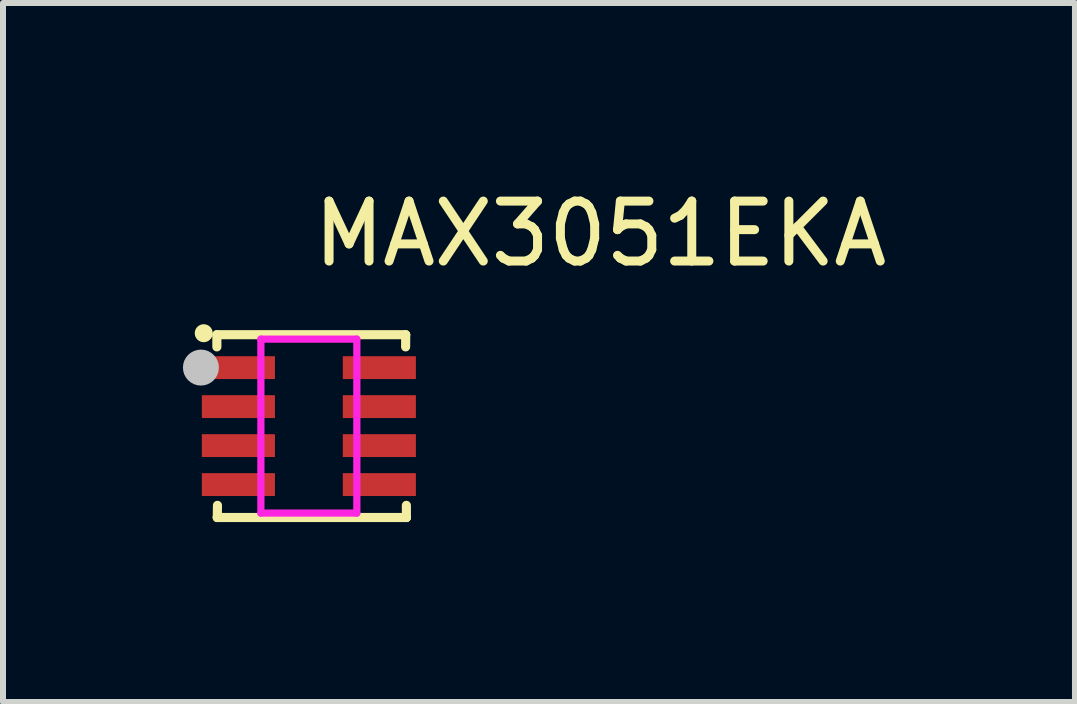
<source format=kicad_pcb>
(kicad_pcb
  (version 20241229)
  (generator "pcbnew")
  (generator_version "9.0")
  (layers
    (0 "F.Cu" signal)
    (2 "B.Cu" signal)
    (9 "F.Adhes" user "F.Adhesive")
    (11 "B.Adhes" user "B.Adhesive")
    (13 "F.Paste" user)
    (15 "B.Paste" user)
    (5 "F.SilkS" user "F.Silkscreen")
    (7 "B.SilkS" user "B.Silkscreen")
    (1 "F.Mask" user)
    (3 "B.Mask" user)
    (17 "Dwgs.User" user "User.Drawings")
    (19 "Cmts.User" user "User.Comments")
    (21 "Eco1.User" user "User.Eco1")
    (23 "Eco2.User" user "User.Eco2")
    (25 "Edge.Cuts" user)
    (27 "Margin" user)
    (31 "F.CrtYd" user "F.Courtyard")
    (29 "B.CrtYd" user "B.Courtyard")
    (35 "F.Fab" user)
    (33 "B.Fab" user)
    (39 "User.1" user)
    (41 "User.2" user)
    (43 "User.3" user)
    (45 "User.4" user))
  (footprint "MAX3051EKA"
    (layer "F.Cu")
    (at 2.1 4.055)
    (property "Reference" "MAX3051EKA" (at 0 -3.207 0) (layer "F.SilkS") (effects (font (size 1 1) (thickness 0.15)) (justify left)))
    (attr through_hole)
    (fp_line (start -1.534 -1.524) (end -1.534 -1.321) (stroke (width 0.152) (type solid)) (layer "F.SilkS"))
    (fp_line (start -1.527 1.524) (end -1.527 1.524) (stroke (width 0.152) (type solid)) (layer "F.SilkS"))
    (fp_line (start -1.527 1.524) (end 1.626 1.524) (stroke (width 0.152) (type solid)) (layer "F.SilkS"))
    (fp_line (start -1.524 1.321) (end -1.527 1.524) (stroke (width 0.152) (type solid)) (layer "F.SilkS"))
    (fp_line (start 1.613 -1.321) (end 1.615 -1.524) (stroke (width 0.152) (type solid)) (layer "F.SilkS"))
    (fp_line (start 1.615 -1.524) (end -1.534 -1.524) (stroke (width 0.152) (type solid)) (layer "F.SilkS"))
    (fp_line (start 1.626 1.524) (end 1.626 1.321) (stroke (width 0.152) (type solid)) (layer "F.SilkS"))
    (fp_line (start 1.626 1.524) (end 1.626 1.524) (stroke (width 0.152) (type solid)) (layer "F.SilkS"))
    (fp_circle (center -1.753 -1.549) (end -1.678 -1.549) (stroke (width 0.15) (type solid)) (fill no) (layer "F.SilkS"))
    (fp_circle (center -1.8 -0.976) (end -1.65 -0.976) (stroke (width 0.3) (type solid)) (fill no) (layer "Dwgs.User"))
    (fp_line (start -1.01 -1.12) (end -0.79 -1.12) (stroke (width 0.12) (type solid)) (layer "Eco2.User"))
    (fp_line (start -1.01 -0.83) (end -1.01 -1.12) (stroke (width 0.12) (type solid)) (layer "Eco2.User"))
    (fp_line (start -1.01 -0.47) (end -0.79 -0.47) (stroke (width 0.12) (type solid)) (layer "Eco2.User"))
    (fp_line (start -1.01 -0.18) (end -1.01 -0.47) (stroke (width 0.12) (type solid)) (layer "Eco2.User"))
    (fp_line (start -1.01 0.18) (end -0.79 0.18) (stroke (width 0.12) (type solid)) (layer "Eco2.User"))
    (fp_line (start -1.01 0.47) (end -1.01 0.18) (stroke (width 0.12) (type solid)) (layer "Eco2.User"))
    (fp_line (start -1.01 0.83) (end -0.79 0.83) (stroke (width 0.12) (type solid)) (layer "Eco2.User"))
    (fp_line (start -1.01 1.12) (end -1.01 0.83) (stroke (width 0.12) (type solid)) (layer "Eco2.User"))
    (fp_line (start -0.79 -1.12) (end -0.79 -0.83) (stroke (width 0.12) (type solid)) (layer "Eco2.User"))
    (fp_line (start -0.79 -0.83) (end -1.01 -0.83) (stroke (width 0.12) (type solid)) (layer "Eco2.User"))
    (fp_line (start -0.79 -0.47) (end -0.79 -0.18) (stroke (width 0.12) (type solid)) (layer "Eco2.User"))
    (fp_line (start -0.79 -0.18) (end -1.01 -0.18) (stroke (width 0.12) (type solid)) (layer "Eco2.User"))
    (fp_line (start -0.79 0.18) (end -0.79 0.47) (stroke (width 0.12) (type solid)) (layer "Eco2.User"))
    (fp_line (start -0.79 0.47) (end -1.01 0.47) (stroke (width 0.12) (type solid)) (layer "Eco2.User"))
    (fp_line (start -0.79 0.83) (end -0.79 1.12) (stroke (width 0.12) (type solid)) (layer "Eco2.User"))
    (fp_line (start -0.79 1.12) (end -1.01 1.12) (stroke (width 0.12) (type solid)) (layer "Eco2.User"))
    (fp_line (start 0.79 -1.12) (end 0.79 -0.83) (stroke (width 0.12) (type solid)) (layer "Eco2.User"))
    (fp_line (start 0.79 -0.83) (end 1.01 -0.83) (stroke (width 0.12) (type solid)) (layer "Eco2.User"))
    (fp_line (start 0.79 -0.47) (end 0.79 -0.18) (stroke (width 0.12) (type solid)) (layer "Eco2.User"))
    (fp_line (start 0.79 -0.18) (end 1.01 -0.18) (stroke (width 0.12) (type solid)) (layer "Eco2.User"))
    (fp_line (start 0.79 0.18) (end 0.79 0.47) (stroke (width 0.12) (type solid)) (layer "Eco2.User"))
    (fp_line (start 0.79 0.47) (end 1.01 0.47) (stroke (width 0.12) (type solid)) (layer "Eco2.User"))
    (fp_line (start 0.79 0.83) (end 0.79 1.12) (stroke (width 0.12) (type solid)) (layer "Eco2.User"))
    (fp_line (start 0.79 1.12) (end 1.01 1.12) (stroke (width 0.12) (type solid)) (layer "Eco2.User"))
    (fp_line (start 1.01 -1.12) (end 0.79 -1.12) (stroke (width 0.12) (type solid)) (layer "Eco2.User"))
    (fp_line (start 1.01 -0.83) (end 1.01 -1.12) (stroke (width 0.12) (type solid)) (layer "Eco2.User"))
    (fp_line (start 1.01 -0.47) (end 0.79 -0.47) (stroke (width 0.12) (type solid)) (layer "Eco2.User"))
    (fp_line (start 1.01 -0.18) (end 1.01 -0.47) (stroke (width 0.12) (type solid)) (layer "Eco2.User"))
    (fp_line (start 1.01 0.18) (end 0.79 0.18) (stroke (width 0.12) (type solid)) (layer "Eco2.User"))
    (fp_line (start 1.01 0.47) (end 1.01 0.18) (stroke (width 0.12) (type solid)) (layer "Eco2.User"))
    (fp_line (start 1.01 0.83) (end 0.79 0.83) (stroke (width 0.12) (type solid)) (layer "Eco2.User"))
    (fp_line (start 1.01 1.12) (end 1.01 0.83) (stroke (width 0.12) (type solid)) (layer "Eco2.User"))
    (fp_poly (pts (xy -1.4 -1.12) (xy -1 -1.12) (xy -1 -0.83) (xy -1.4 -0.83)) (stroke (width 0.12) (type solid)) (fill no) (layer "Eco2.User"))
    (fp_poly (pts (xy -1.4 -0.47) (xy -1 -0.47) (xy -1 -0.18) (xy -1.4 -0.18)) (stroke (width 0.12) (type solid)) (fill no) (layer "Eco2.User"))
    (fp_poly (pts (xy -1.4 0.18) (xy -1 0.18) (xy -1 0.47) (xy -1.4 0.47)) (stroke (width 0.12) (type solid)) (fill no) (layer "Eco2.User"))
    (fp_poly (pts (xy -1.4 0.83) (xy -1 0.83) (xy -1 1.12) (xy -1.4 1.12)) (stroke (width 0.12) (type solid)) (fill no) (layer "Eco2.User"))
    (fp_poly (pts (xy 1.4 -1.12) (xy 1 -1.12) (xy 1 -0.83) (xy 1.4 -0.83)) (stroke (width 0.12) (type solid)) (fill no) (layer "Eco2.User"))
    (fp_poly (pts (xy 1.4 -0.47) (xy 1 -0.47) (xy 1 -0.18) (xy 1.4 -0.18)) (stroke (width 0.12) (type solid)) (fill no) (layer "Eco2.User"))
    (fp_poly (pts (xy 1.4 0.18) (xy 1 0.18) (xy 1 0.47) (xy 1.4 0.47)) (stroke (width 0.12) (type solid)) (fill no) (layer "Eco2.User"))
    (fp_poly (pts (xy 1.4 0.83) (xy 1 0.83) (xy 1 1.12) (xy 1.4 1.12)) (stroke (width 0.12) (type solid)) (fill no) (layer "Eco2.User"))
    (fp_line (start -0.8 -1.45) (end 0.8 -1.45) (stroke (width 0.12) (type solid)) (layer "F.CrtYd"))
    (fp_line (start -0.8 1.45) (end -0.8 -1.45) (stroke (width 0.12) (type solid)) (layer "F.CrtYd"))
    (fp_line (start 0.8 -1.45) (end 0.8 1.45) (stroke (width 0.12) (type solid)) (layer "F.CrtYd"))
    (fp_line (start 0.8 1.45) (end -0.8 1.45) (stroke (width 0.12) (type solid)) (layer "F.CrtYd"))
    (pad "1" smd rect (at -1.175 -0.975 270) (size 0.381 1.219) (layers "F.Cu" "F.Mask" "F.Paste"))
    (pad "2" smd rect (at -1.175 -0.325 270) (size 0.381 1.219) (layers "F.Cu" "F.Mask" "F.Paste"))
    (pad "3" smd rect (at -1.175 0.325 270) (size 0.381 1.219) (layers "F.Cu" "F.Mask" "F.Paste"))
    (pad "4" smd rect (at -1.175 0.975 270) (size 0.381 1.219) (layers "F.Cu" "F.Mask" "F.Paste"))
    (pad "5" smd rect (at 1.175 0.975 270) (size 0.381 1.219) (layers "F.Cu" "F.Mask" "F.Paste"))
    (pad "6" smd rect (at 1.175 0.325 270) (size 0.381 1.219) (layers "F.Cu" "F.Mask" "F.Paste"))
    (pad "7" smd rect (at 1.175 -0.325 270) (size 0.381 1.219) (layers "F.Cu" "F.Mask" "F.Paste"))
    (pad "8" smd rect (at 1.175 -0.975 270) (size 0.381 1.219) (layers "F.Cu" "F.Mask" "F.Paste")))
  (gr_rect
    (start -3 -3)
    (end 14.874 8.655)
    (stroke (width 0.1) (type default))
    (fill no)
    (layer "Edge.Cuts")))
</source>
